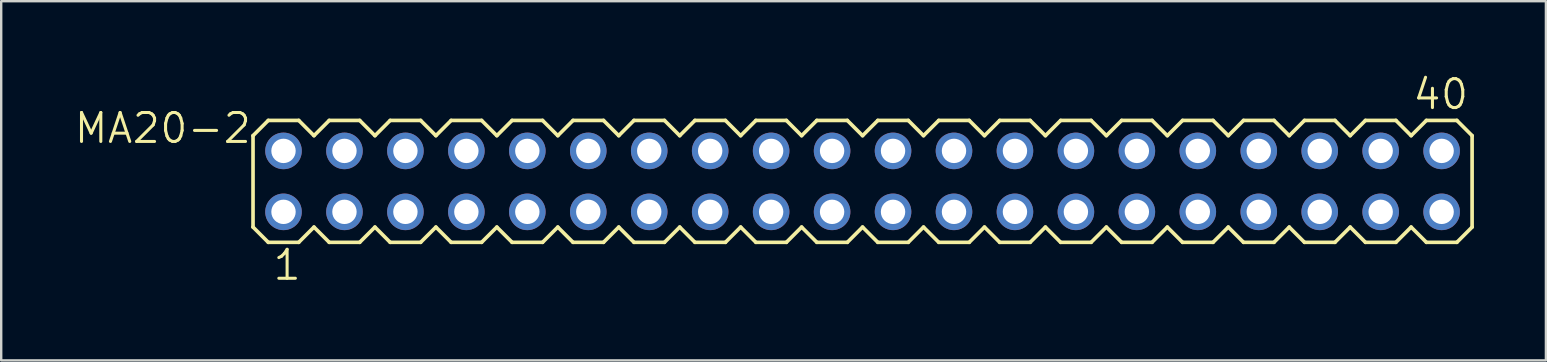
<source format=kicad_pcb>
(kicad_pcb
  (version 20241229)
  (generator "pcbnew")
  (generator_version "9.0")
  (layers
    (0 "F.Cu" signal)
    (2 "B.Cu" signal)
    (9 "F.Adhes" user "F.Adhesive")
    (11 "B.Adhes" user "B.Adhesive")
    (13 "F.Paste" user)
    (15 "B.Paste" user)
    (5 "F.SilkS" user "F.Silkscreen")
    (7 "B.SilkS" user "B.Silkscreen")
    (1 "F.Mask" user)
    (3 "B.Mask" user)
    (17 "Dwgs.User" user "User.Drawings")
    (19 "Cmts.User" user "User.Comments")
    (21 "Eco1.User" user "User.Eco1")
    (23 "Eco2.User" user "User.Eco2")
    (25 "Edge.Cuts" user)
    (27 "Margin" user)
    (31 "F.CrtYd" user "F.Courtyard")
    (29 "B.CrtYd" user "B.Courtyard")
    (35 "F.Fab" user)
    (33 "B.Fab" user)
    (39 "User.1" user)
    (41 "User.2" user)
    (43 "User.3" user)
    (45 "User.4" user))
  (footprint "MA20-2"
    (layer "F.Cu")
    (at 32.894 4.508)
    (property "Reference" "MA20-2" (at -25.4 -2.921 0) (layer "F.SilkS") (effects (font (size 1.206 1.206) (thickness 0.127)) (justify right top)))
    (attr through_hole)
    (fp_line (start -25.4 -1.905) (end -25.4 1.905) (stroke (width 0.152) (type solid)) (layer "F.SilkS"))
    (fp_line (start -25.4 1.905) (end -24.765 2.54) (stroke (width 0.152) (type solid)) (layer "F.SilkS"))
    (fp_line (start -24.765 -2.54) (end -25.4 -1.905) (stroke (width 0.152) (type solid)) (layer "F.SilkS"))
    (fp_line (start -24.765 -2.54) (end -23.495 -2.54) (stroke (width 0.152) (type solid)) (layer "F.SilkS"))
    (fp_line (start -23.495 -2.54) (end -22.86 -1.905) (stroke (width 0.152) (type solid)) (layer "F.SilkS"))
    (fp_line (start -23.495 2.54) (end -24.765 2.54) (stroke (width 0.152) (type solid)) (layer "F.SilkS"))
    (fp_line (start -22.86 -1.905) (end -22.225 -2.54) (stroke (width 0.152) (type solid)) (layer "F.SilkS"))
    (fp_line (start -22.86 1.905) (end -23.495 2.54) (stroke (width 0.152) (type solid)) (layer "F.SilkS"))
    (fp_line (start -22.225 -2.54) (end -20.955 -2.54) (stroke (width 0.152) (type solid)) (layer "F.SilkS"))
    (fp_line (start -22.225 2.54) (end -22.86 1.905) (stroke (width 0.152) (type solid)) (layer "F.SilkS"))
    (fp_line (start -20.955 -2.54) (end -20.32 -1.905) (stroke (width 0.152) (type solid)) (layer "F.SilkS"))
    (fp_line (start -20.955 2.54) (end -22.225 2.54) (stroke (width 0.152) (type solid)) (layer "F.SilkS"))
    (fp_line (start -20.32 -1.905) (end -19.685 -2.54) (stroke (width 0.152) (type solid)) (layer "F.SilkS"))
    (fp_line (start -20.32 1.905) (end -20.955 2.54) (stroke (width 0.152) (type solid)) (layer "F.SilkS"))
    (fp_line (start -19.685 -2.54) (end -18.415 -2.54) (stroke (width 0.152) (type solid)) (layer "F.SilkS"))
    (fp_line (start -19.685 2.54) (end -20.32 1.905) (stroke (width 0.152) (type solid)) (layer "F.SilkS"))
    (fp_line (start -18.415 -2.54) (end -17.78 -1.905) (stroke (width 0.152) (type solid)) (layer "F.SilkS"))
    (fp_line (start -18.415 2.54) (end -19.685 2.54) (stroke (width 0.152) (type solid)) (layer "F.SilkS"))
    (fp_line (start -17.78 1.905) (end -18.415 2.54) (stroke (width 0.152) (type solid)) (layer "F.SilkS"))
    (fp_line (start -17.78 1.905) (end -17.145 2.54) (stroke (width 0.152) (type solid)) (layer "F.SilkS"))
    (fp_line (start -17.145 -2.54) (end -17.78 -1.905) (stroke (width 0.152) (type solid)) (layer "F.SilkS"))
    (fp_line (start -17.145 -2.54) (end -15.875 -2.54) (stroke (width 0.152) (type solid)) (layer "F.SilkS"))
    (fp_line (start -15.875 -2.54) (end -15.24 -1.905) (stroke (width 0.152) (type solid)) (layer "F.SilkS"))
    (fp_line (start -15.875 2.54) (end -17.145 2.54) (stroke (width 0.152) (type solid)) (layer "F.SilkS"))
    (fp_line (start -15.24 -1.905) (end -14.605 -2.54) (stroke (width 0.152) (type solid)) (layer "F.SilkS"))
    (fp_line (start -15.24 1.905) (end -15.875 2.54) (stroke (width 0.152) (type solid)) (layer "F.SilkS"))
    (fp_line (start -14.605 -2.54) (end -13.335 -2.54) (stroke (width 0.152) (type solid)) (layer "F.SilkS"))
    (fp_line (start -14.605 2.54) (end -15.24 1.905) (stroke (width 0.152) (type solid)) (layer "F.SilkS"))
    (fp_line (start -13.335 -2.54) (end -12.7 -1.905) (stroke (width 0.152) (type solid)) (layer "F.SilkS"))
    (fp_line (start -13.335 2.54) (end -14.605 2.54) (stroke (width 0.152) (type solid)) (layer "F.SilkS"))
    (fp_line (start -12.7 -1.905) (end -12.065 -2.54) (stroke (width 0.152) (type solid)) (layer "F.SilkS"))
    (fp_line (start -12.7 1.905) (end -13.335 2.54) (stroke (width 0.152) (type solid)) (layer "F.SilkS"))
    (fp_line (start -12.065 -2.54) (end -10.795 -2.54) (stroke (width 0.152) (type solid)) (layer "F.SilkS"))
    (fp_line (start -12.065 2.54) (end -12.7 1.905) (stroke (width 0.152) (type solid)) (layer "F.SilkS"))
    (fp_line (start -10.795 -2.54) (end -10.16 -1.905) (stroke (width 0.152) (type solid)) (layer "F.SilkS"))
    (fp_line (start -10.795 2.54) (end -12.065 2.54) (stroke (width 0.152) (type solid)) (layer "F.SilkS"))
    (fp_line (start -10.16 -1.905) (end -9.525 -2.54) (stroke (width 0.152) (type solid)) (layer "F.SilkS"))
    (fp_line (start -10.16 1.905) (end -10.795 2.54) (stroke (width 0.152) (type solid)) (layer "F.SilkS"))
    (fp_line (start -9.525 -2.54) (end -8.255 -2.54) (stroke (width 0.152) (type solid)) (layer "F.SilkS"))
    (fp_line (start -9.525 2.54) (end -10.16 1.905) (stroke (width 0.152) (type solid)) (layer "F.SilkS"))
    (fp_line (start -8.255 -2.54) (end -7.62 -1.905) (stroke (width 0.152) (type solid)) (layer "F.SilkS"))
    (fp_line (start -8.255 2.54) (end -9.525 2.54) (stroke (width 0.152) (type solid)) (layer "F.SilkS"))
    (fp_line (start -7.62 1.905) (end -8.255 2.54) (stroke (width 0.152) (type solid)) (layer "F.SilkS"))
    (fp_line (start -7.62 1.905) (end -6.985 2.54) (stroke (width 0.152) (type solid)) (layer "F.SilkS"))
    (fp_line (start -6.985 -2.54) (end -7.62 -1.905) (stroke (width 0.152) (type solid)) (layer "F.SilkS"))
    (fp_line (start -6.985 -2.54) (end -5.715 -2.54) (stroke (width 0.152) (type solid)) (layer "F.SilkS"))
    (fp_line (start -5.715 -2.54) (end -5.08 -1.905) (stroke (width 0.152) (type solid)) (layer "F.SilkS"))
    (fp_line (start -5.715 2.54) (end -6.985 2.54) (stroke (width 0.152) (type solid)) (layer "F.SilkS"))
    (fp_line (start -5.08 -1.905) (end -4.445 -2.54) (stroke (width 0.152) (type solid)) (layer "F.SilkS"))
    (fp_line (start -5.08 1.905) (end -5.715 2.54) (stroke (width 0.152) (type solid)) (layer "F.SilkS"))
    (fp_line (start -4.445 -2.54) (end -3.175 -2.54) (stroke (width 0.152) (type solid)) (layer "F.SilkS"))
    (fp_line (start -4.445 2.54) (end -5.08 1.905) (stroke (width 0.152) (type solid)) (layer "F.SilkS"))
    (fp_line (start -3.175 -2.54) (end -2.54 -1.905) (stroke (width 0.152) (type solid)) (layer "F.SilkS"))
    (fp_line (start -3.175 2.54) (end -4.445 2.54) (stroke (width 0.152) (type solid)) (layer "F.SilkS"))
    (fp_line (start -2.54 -1.905) (end -1.905 -2.54) (stroke (width 0.152) (type solid)) (layer "F.SilkS"))
    (fp_line (start -2.54 1.905) (end -3.175 2.54) (stroke (width 0.152) (type solid)) (layer "F.SilkS"))
    (fp_line (start -1.905 -2.54) (end -0.635 -2.54) (stroke (width 0.152) (type solid)) (layer "F.SilkS"))
    (fp_line (start -1.905 2.54) (end -2.54 1.905) (stroke (width 0.152) (type solid)) (layer "F.SilkS"))
    (fp_line (start -0.635 -2.54) (end 0 -1.905) (stroke (width 0.152) (type solid)) (layer "F.SilkS"))
    (fp_line (start -0.635 2.54) (end -1.905 2.54) (stroke (width 0.152) (type solid)) (layer "F.SilkS"))
    (fp_line (start 0 1.905) (end -0.635 2.54) (stroke (width 0.152) (type solid)) (layer "F.SilkS"))
    (fp_line (start 0 1.905) (end 0.635 2.54) (stroke (width 0.152) (type solid)) (layer "F.SilkS"))
    (fp_line (start 0.635 -2.54) (end 0 -1.905) (stroke (width 0.152) (type solid)) (layer "F.SilkS"))
    (fp_line (start 0.635 -2.54) (end 1.905 -2.54) (stroke (width 0.152) (type solid)) (layer "F.SilkS"))
    (fp_line (start 1.905 -2.54) (end 2.54 -1.905) (stroke (width 0.152) (type solid)) (layer "F.SilkS"))
    (fp_line (start 1.905 2.54) (end 0.635 2.54) (stroke (width 0.152) (type solid)) (layer "F.SilkS"))
    (fp_line (start 2.54 -1.905) (end 3.175 -2.54) (stroke (width 0.152) (type solid)) (layer "F.SilkS"))
    (fp_line (start 2.54 1.905) (end 1.905 2.54) (stroke (width 0.152) (type solid)) (layer "F.SilkS"))
    (fp_line (start 3.175 -2.54) (end 4.445 -2.54) (stroke (width 0.152) (type solid)) (layer "F.SilkS"))
    (fp_line (start 3.175 2.54) (end 2.54 1.905) (stroke (width 0.152) (type solid)) (layer "F.SilkS"))
    (fp_line (start 4.445 -2.54) (end 5.08 -1.905) (stroke (width 0.152) (type solid)) (layer "F.SilkS"))
    (fp_line (start 4.445 2.54) (end 3.175 2.54) (stroke (width 0.152) (type solid)) (layer "F.SilkS"))
    (fp_line (start 5.08 -1.905) (end 5.715 -2.54) (stroke (width 0.152) (type solid)) (layer "F.SilkS"))
    (fp_line (start 5.08 1.905) (end 4.445 2.54) (stroke (width 0.152) (type solid)) (layer "F.SilkS"))
    (fp_line (start 5.715 -2.54) (end 6.985 -2.54) (stroke (width 0.152) (type solid)) (layer "F.SilkS"))
    (fp_line (start 5.715 2.54) (end 5.08 1.905) (stroke (width 0.152) (type solid)) (layer "F.SilkS"))
    (fp_line (start 6.985 -2.54) (end 7.62 -1.905) (stroke (width 0.152) (type solid)) (layer "F.SilkS"))
    (fp_line (start 6.985 2.54) (end 5.715 2.54) (stroke (width 0.152) (type solid)) (layer "F.SilkS"))
    (fp_line (start 7.62 -1.905) (end 8.255 -2.54) (stroke (width 0.152) (type solid)) (layer "F.SilkS"))
    (fp_line (start 7.62 1.905) (end 6.985 2.54) (stroke (width 0.152) (type solid)) (layer "F.SilkS"))
    (fp_line (start 8.255 -2.54) (end 9.525 -2.54) (stroke (width 0.152) (type solid)) (layer "F.SilkS"))
    (fp_line (start 8.255 2.54) (end 7.62 1.905) (stroke (width 0.152) (type solid)) (layer "F.SilkS"))
    (fp_line (start 9.525 -2.54) (end 10.16 -1.905) (stroke (width 0.152) (type solid)) (layer "F.SilkS"))
    (fp_line (start 9.525 2.54) (end 8.255 2.54) (stroke (width 0.152) (type solid)) (layer "F.SilkS"))
    (fp_line (start 10.16 1.905) (end 9.525 2.54) (stroke (width 0.152) (type solid)) (layer "F.SilkS"))
    (fp_line (start 10.16 1.905) (end 10.795 2.54) (stroke (width 0.152) (type solid)) (layer "F.SilkS"))
    (fp_line (start 10.795 -2.54) (end 10.16 -1.905) (stroke (width 0.152) (type solid)) (layer "F.SilkS"))
    (fp_line (start 10.795 -2.54) (end 12.065 -2.54) (stroke (width 0.152) (type solid)) (layer "F.SilkS"))
    (fp_line (start 12.065 -2.54) (end 12.7 -1.905) (stroke (width 0.152) (type solid)) (layer "F.SilkS"))
    (fp_line (start 12.065 2.54) (end 10.795 2.54) (stroke (width 0.152) (type solid)) (layer "F.SilkS"))
    (fp_line (start 12.7 -1.905) (end 13.335 -2.54) (stroke (width 0.152) (type solid)) (layer "F.SilkS"))
    (fp_line (start 12.7 1.905) (end 12.065 2.54) (stroke (width 0.152) (type solid)) (layer "F.SilkS"))
    (fp_line (start 13.335 -2.54) (end 14.605 -2.54) (stroke (width 0.152) (type solid)) (layer "F.SilkS"))
    (fp_line (start 13.335 2.54) (end 12.7 1.905) (stroke (width 0.152) (type solid)) (layer "F.SilkS"))
    (fp_line (start 14.605 -2.54) (end 15.24 -1.905) (stroke (width 0.152) (type solid)) (layer "F.SilkS"))
    (fp_line (start 14.605 2.54) (end 13.335 2.54) (stroke (width 0.152) (type solid)) (layer "F.SilkS"))
    (fp_line (start 15.24 -1.905) (end 15.875 -2.54) (stroke (width 0.152) (type solid)) (layer "F.SilkS"))
    (fp_line (start 15.24 1.905) (end 14.605 2.54) (stroke (width 0.152) (type solid)) (layer "F.SilkS"))
    (fp_line (start 15.875 -2.54) (end 17.145 -2.54) (stroke (width 0.152) (type solid)) (layer "F.SilkS"))
    (fp_line (start 15.875 2.54) (end 15.24 1.905) (stroke (width 0.152) (type solid)) (layer "F.SilkS"))
    (fp_line (start 17.145 -2.54) (end 17.78 -1.905) (stroke (width 0.152) (type solid)) (layer "F.SilkS"))
    (fp_line (start 17.145 2.54) (end 15.875 2.54) (stroke (width 0.152) (type solid)) (layer "F.SilkS"))
    (fp_line (start 17.78 1.905) (end 17.145 2.54) (stroke (width 0.152) (type solid)) (layer "F.SilkS"))
    (fp_line (start 17.78 1.905) (end 18.415 2.54) (stroke (width 0.152) (type solid)) (layer "F.SilkS"))
    (fp_line (start 18.415 -2.54) (end 17.78 -1.905) (stroke (width 0.152) (type solid)) (layer "F.SilkS"))
    (fp_line (start 18.415 -2.54) (end 19.685 -2.54) (stroke (width 0.152) (type solid)) (layer "F.SilkS"))
    (fp_line (start 19.685 -2.54) (end 20.32 -1.905) (stroke (width 0.152) (type solid)) (layer "F.SilkS"))
    (fp_line (start 19.685 2.54) (end 18.415 2.54) (stroke (width 0.152) (type solid)) (layer "F.SilkS"))
    (fp_line (start 20.32 -1.905) (end 20.955 -2.54) (stroke (width 0.152) (type solid)) (layer "F.SilkS"))
    (fp_line (start 20.32 1.905) (end 19.685 2.54) (stroke (width 0.152) (type solid)) (layer "F.SilkS"))
    (fp_line (start 20.955 -2.54) (end 22.225 -2.54) (stroke (width 0.152) (type solid)) (layer "F.SilkS"))
    (fp_line (start 20.955 2.54) (end 20.32 1.905) (stroke (width 0.152) (type solid)) (layer "F.SilkS"))
    (fp_line (start 22.225 -2.54) (end 22.86 -1.905) (stroke (width 0.152) (type solid)) (layer "F.SilkS"))
    (fp_line (start 22.225 2.54) (end 20.955 2.54) (stroke (width 0.152) (type solid)) (layer "F.SilkS"))
    (fp_line (start 22.86 -1.905) (end 23.495 -2.54) (stroke (width 0.152) (type solid)) (layer "F.SilkS"))
    (fp_line (start 22.86 1.905) (end 22.225 2.54) (stroke (width 0.152) (type solid)) (layer "F.SilkS"))
    (fp_line (start 23.495 -2.54) (end 24.765 -2.54) (stroke (width 0.152) (type solid)) (layer "F.SilkS"))
    (fp_line (start 23.495 2.54) (end 22.86 1.905) (stroke (width 0.152) (type solid)) (layer "F.SilkS"))
    (fp_line (start 24.765 -2.54) (end 25.4 -1.905) (stroke (width 0.152) (type solid)) (layer "F.SilkS"))
    (fp_line (start 24.765 2.54) (end 23.495 2.54) (stroke (width 0.152) (type solid)) (layer "F.SilkS"))
    (fp_line (start 25.4 -1.905) (end 25.4 1.905) (stroke (width 0.152) (type solid)) (layer "F.SilkS"))
    (fp_line (start 25.4 1.905) (end 24.765 2.54) (stroke (width 0.152) (type solid)) (layer "F.SilkS"))
    (fp_poly (pts (xy -24.384 -1.016) (xy -23.876 -1.016) (xy -23.876 -1.524) (xy -24.384 -1.524)) (stroke (width 0.1) (type solid)) (fill no) (layer "F.Fab"))
    (fp_poly (pts (xy -24.384 1.524) (xy -23.876 1.524) (xy -23.876 1.016) (xy -24.384 1.016)) (stroke (width 0.1) (type solid)) (fill no) (layer "F.Fab"))
    (fp_poly (pts (xy -21.844 -1.016) (xy -21.336 -1.016) (xy -21.336 -1.524) (xy -21.844 -1.524)) (stroke (width 0.1) (type solid)) (fill no) (layer "F.Fab"))
    (fp_poly (pts (xy -21.844 1.524) (xy -21.336 1.524) (xy -21.336 1.016) (xy -21.844 1.016)) (stroke (width 0.1) (type solid)) (fill no) (layer "F.Fab"))
    (fp_poly (pts (xy -19.304 -1.016) (xy -18.796 -1.016) (xy -18.796 -1.524) (xy -19.304 -1.524)) (stroke (width 0.1) (type solid)) (fill no) (layer "F.Fab"))
    (fp_poly (pts (xy -19.304 1.524) (xy -18.796 1.524) (xy -18.796 1.016) (xy -19.304 1.016)) (stroke (width 0.1) (type solid)) (fill no) (layer "F.Fab"))
    (fp_poly (pts (xy -16.764 -1.016) (xy -16.256 -1.016) (xy -16.256 -1.524) (xy -16.764 -1.524)) (stroke (width 0.1) (type solid)) (fill no) (layer "F.Fab"))
    (fp_poly (pts (xy -16.764 1.524) (xy -16.256 1.524) (xy -16.256 1.016) (xy -16.764 1.016)) (stroke (width 0.1) (type solid)) (fill no) (layer "F.Fab"))
    (fp_poly (pts (xy -14.224 -1.016) (xy -13.716 -1.016) (xy -13.716 -1.524) (xy -14.224 -1.524)) (stroke (width 0.1) (type solid)) (fill no) (layer "F.Fab"))
    (fp_poly (pts (xy -14.224 1.524) (xy -13.716 1.524) (xy -13.716 1.016) (xy -14.224 1.016)) (stroke (width 0.1) (type solid)) (fill no) (layer "F.Fab"))
    (fp_poly (pts (xy -11.684 -1.016) (xy -11.176 -1.016) (xy -11.176 -1.524) (xy -11.684 -1.524)) (stroke (width 0.1) (type solid)) (fill no) (layer "F.Fab"))
    (fp_poly (pts (xy -11.684 1.524) (xy -11.176 1.524) (xy -11.176 1.016) (xy -11.684 1.016)) (stroke (width 0.1) (type solid)) (fill no) (layer "F.Fab"))
    (fp_poly (pts (xy -9.144 -1.016) (xy -8.636 -1.016) (xy -8.636 -1.524) (xy -9.144 -1.524)) (stroke (width 0.1) (type solid)) (fill no) (layer "F.Fab"))
    (fp_poly (pts (xy -9.144 1.524) (xy -8.636 1.524) (xy -8.636 1.016) (xy -9.144 1.016)) (stroke (width 0.1) (type solid)) (fill no) (layer "F.Fab"))
    (fp_poly (pts (xy -6.604 -1.016) (xy -6.096 -1.016) (xy -6.096 -1.524) (xy -6.604 -1.524)) (stroke (width 0.1) (type solid)) (fill no) (layer "F.Fab"))
    (fp_poly (pts (xy -6.604 1.524) (xy -6.096 1.524) (xy -6.096 1.016) (xy -6.604 1.016)) (stroke (width 0.1) (type solid)) (fill no) (layer "F.Fab"))
    (fp_poly (pts (xy -4.064 -1.016) (xy -3.556 -1.016) (xy -3.556 -1.524) (xy -4.064 -1.524)) (stroke (width 0.1) (type solid)) (fill no) (layer "F.Fab"))
    (fp_poly (pts (xy -4.064 1.524) (xy -3.556 1.524) (xy -3.556 1.016) (xy -4.064 1.016)) (stroke (width 0.1) (type solid)) (fill no) (layer "F.Fab"))
    (fp_poly (pts (xy -1.524 -1.016) (xy -1.016 -1.016) (xy -1.016 -1.524) (xy -1.524 -1.524)) (stroke (width 0.1) (type solid)) (fill no) (layer "F.Fab"))
    (fp_poly (pts (xy -1.524 1.524) (xy -1.016 1.524) (xy -1.016 1.016) (xy -1.524 1.016)) (stroke (width 0.1) (type solid)) (fill no) (layer "F.Fab"))
    (fp_poly (pts (xy 1.016 -1.016) (xy 1.524 -1.016) (xy 1.524 -1.524) (xy 1.016 -1.524)) (stroke (width 0.1) (type solid)) (fill no) (layer "F.Fab"))
    (fp_poly (pts (xy 1.016 1.524) (xy 1.524 1.524) (xy 1.524 1.016) (xy 1.016 1.016)) (stroke (width 0.1) (type solid)) (fill no) (layer "F.Fab"))
    (fp_poly (pts (xy 3.556 -1.016) (xy 4.064 -1.016) (xy 4.064 -1.524) (xy 3.556 -1.524)) (stroke (width 0.1) (type solid)) (fill no) (layer "F.Fab"))
    (fp_poly (pts (xy 3.556 1.524) (xy 4.064 1.524) (xy 4.064 1.016) (xy 3.556 1.016)) (stroke (width 0.1) (type solid)) (fill no) (layer "F.Fab"))
    (fp_poly (pts (xy 6.096 -1.016) (xy 6.604 -1.016) (xy 6.604 -1.524) (xy 6.096 -1.524)) (stroke (width 0.1) (type solid)) (fill no) (layer "F.Fab"))
    (fp_poly (pts (xy 6.096 1.524) (xy 6.604 1.524) (xy 6.604 1.016) (xy 6.096 1.016)) (stroke (width 0.1) (type solid)) (fill no) (layer "F.Fab"))
    (fp_poly (pts (xy 8.636 -1.016) (xy 9.144 -1.016) (xy 9.144 -1.524) (xy 8.636 -1.524)) (stroke (width 0.1) (type solid)) (fill no) (layer "F.Fab"))
    (fp_poly (pts (xy 8.636 1.524) (xy 9.144 1.524) (xy 9.144 1.016) (xy 8.636 1.016)) (stroke (width 0.1) (type solid)) (fill no) (layer "F.Fab"))
    (fp_poly (pts (xy 11.176 -1.016) (xy 11.684 -1.016) (xy 11.684 -1.524) (xy 11.176 -1.524)) (stroke (width 0.1) (type solid)) (fill no) (layer "F.Fab"))
    (fp_poly (pts (xy 11.176 1.524) (xy 11.684 1.524) (xy 11.684 1.016) (xy 11.176 1.016)) (stroke (width 0.1) (type solid)) (fill no) (layer "F.Fab"))
    (fp_poly (pts (xy 13.716 -1.016) (xy 14.224 -1.016) (xy 14.224 -1.524) (xy 13.716 -1.524)) (stroke (width 0.1) (type solid)) (fill no) (layer "F.Fab"))
    (fp_poly (pts (xy 13.716 1.524) (xy 14.224 1.524) (xy 14.224 1.016) (xy 13.716 1.016)) (stroke (width 0.1) (type solid)) (fill no) (layer "F.Fab"))
    (fp_poly (pts (xy 16.256 -1.016) (xy 16.764 -1.016) (xy 16.764 -1.524) (xy 16.256 -1.524)) (stroke (width 0.1) (type solid)) (fill no) (layer "F.Fab"))
    (fp_poly (pts (xy 16.256 1.524) (xy 16.764 1.524) (xy 16.764 1.016) (xy 16.256 1.016)) (stroke (width 0.1) (type solid)) (fill no) (layer "F.Fab"))
    (fp_poly (pts (xy 18.796 -1.016) (xy 19.304 -1.016) (xy 19.304 -1.524) (xy 18.796 -1.524)) (stroke (width 0.1) (type solid)) (fill no) (layer "F.Fab"))
    (fp_poly (pts (xy 18.796 1.524) (xy 19.304 1.524) (xy 19.304 1.016) (xy 18.796 1.016)) (stroke (width 0.1) (type solid)) (fill no) (layer "F.Fab"))
    (fp_poly (pts (xy 21.336 -1.016) (xy 21.844 -1.016) (xy 21.844 -1.524) (xy 21.336 -1.524)) (stroke (width 0.1) (type solid)) (fill no) (layer "F.Fab"))
    (fp_poly (pts (xy 21.336 1.524) (xy 21.844 1.524) (xy 21.844 1.016) (xy 21.336 1.016)) (stroke (width 0.1) (type solid)) (fill no) (layer "F.Fab"))
    (fp_poly (pts (xy 23.876 -1.016) (xy 24.384 -1.016) (xy 24.384 -1.524) (xy 23.876 -1.524)) (stroke (width 0.1) (type solid)) (fill no) (layer "F.Fab"))
    (fp_poly (pts (xy 23.876 1.524) (xy 24.384 1.524) (xy 24.384 1.016) (xy 23.876 1.016)) (stroke (width 0.1) (type solid)) (fill no) (layer "F.Fab"))
    (fp_text user "40" (at 22.86 -2.921 0) (layer "F.SilkS") (effects (font (size 1.206 1.206) (thickness 0.127)) (justify left bottom)))
    (fp_text user "1" (at -24.638 4.191 0) (layer "F.SilkS") (effects (font (size 1.206 1.206) (thickness 0.127)) (justify left bottom)))
    (pad "1" thru_hole circle (at -24.13 1.27) (size 1.524 1.524) (drill 1.016) (layers "*.Cu" "*.Mask"))
    (pad "2" thru_hole circle (at -24.13 -1.27) (size 1.524 1.524) (drill 1.016) (layers "*.Cu" "*.Mask"))
    (pad "3" thru_hole circle (at -21.59 1.27) (size 1.524 1.524) (drill 1.016) (layers "*.Cu" "*.Mask"))
    (pad "4" thru_hole circle (at -21.59 -1.27) (size 1.524 1.524) (drill 1.016) (layers "*.Cu" "*.Mask"))
    (pad "5" thru_hole circle (at -19.05 1.27) (size 1.524 1.524) (drill 1.016) (layers "*.Cu" "*.Mask"))
    (pad "6" thru_hole circle (at -19.05 -1.27) (size 1.524 1.524) (drill 1.016) (layers "*.Cu" "*.Mask"))
    (pad "7" thru_hole circle (at -16.51 1.27) (size 1.524 1.524) (drill 1.016) (layers "*.Cu" "*.Mask"))
    (pad "8" thru_hole circle (at -16.51 -1.27) (size 1.524 1.524) (drill 1.016) (layers "*.Cu" "*.Mask"))
    (pad "9" thru_hole circle (at -13.97 1.27) (size 1.524 1.524) (drill 1.016) (layers "*.Cu" "*.Mask"))
    (pad "10" thru_hole circle (at -13.97 -1.27) (size 1.524 1.524) (drill 1.016) (layers "*.Cu" "*.Mask"))
    (pad "11" thru_hole circle (at -11.43 1.27) (size 1.524 1.524) (drill 1.016) (layers "*.Cu" "*.Mask"))
    (pad "12" thru_hole circle (at -11.43 -1.27) (size 1.524 1.524) (drill 1.016) (layers "*.Cu" "*.Mask"))
    (pad "13" thru_hole circle (at -8.89 1.27) (size 1.524 1.524) (drill 1.016) (layers "*.Cu" "*.Mask"))
    (pad "14" thru_hole circle (at -8.89 -1.27) (size 1.524 1.524) (drill 1.016) (layers "*.Cu" "*.Mask"))
    (pad "15" thru_hole circle (at -6.35 1.27) (size 1.524 1.524) (drill 1.016) (layers "*.Cu" "*.Mask"))
    (pad "16" thru_hole circle (at -6.35 -1.27) (size 1.524 1.524) (drill 1.016) (layers "*.Cu" "*.Mask"))
    (pad "17" thru_hole circle (at -3.81 1.27) (size 1.524 1.524) (drill 1.016) (layers "*.Cu" "*.Mask"))
    (pad "18" thru_hole circle (at -3.81 -1.27) (size 1.524 1.524) (drill 1.016) (layers "*.Cu" "*.Mask"))
    (pad "19" thru_hole circle (at -1.27 1.27) (size 1.524 1.524) (drill 1.016) (layers "*.Cu" "*.Mask"))
    (pad "20" thru_hole circle (at -1.27 -1.27) (size 1.524 1.524) (drill 1.016) (layers "*.Cu" "*.Mask"))
    (pad "21" thru_hole circle (at 1.27 1.27) (size 1.524 1.524) (drill 1.016) (layers "*.Cu" "*.Mask"))
    (pad "22" thru_hole circle (at 1.27 -1.27) (size 1.524 1.524) (drill 1.016) (layers "*.Cu" "*.Mask"))
    (pad "23" thru_hole circle (at 3.81 1.27) (size 1.524 1.524) (drill 1.016) (layers "*.Cu" "*.Mask"))
    (pad "24" thru_hole circle (at 3.81 -1.27) (size 1.524 1.524) (drill 1.016) (layers "*.Cu" "*.Mask"))
    (pad "25" thru_hole circle (at 6.35 1.27) (size 1.524 1.524) (drill 1.016) (layers "*.Cu" "*.Mask"))
    (pad "26" thru_hole circle (at 6.35 -1.27) (size 1.524 1.524) (drill 1.016) (layers "*.Cu" "*.Mask"))
    (pad "27" thru_hole circle (at 8.89 1.27) (size 1.524 1.524) (drill 1.016) (layers "*.Cu" "*.Mask"))
    (pad "28" thru_hole circle (at 8.89 -1.27) (size 1.524 1.524) (drill 1.016) (layers "*.Cu" "*.Mask"))
    (pad "29" thru_hole circle (at 11.43 1.27) (size 1.524 1.524) (drill 1.016) (layers "*.Cu" "*.Mask"))
    (pad "30" thru_hole circle (at 11.43 -1.27) (size 1.524 1.524) (drill 1.016) (layers "*.Cu" "*.Mask"))
    (pad "31" thru_hole circle (at 13.97 1.27) (size 1.524 1.524) (drill 1.016) (layers "*.Cu" "*.Mask"))
    (pad "32" thru_hole circle (at 13.97 -1.27) (size 1.524 1.524) (drill 1.016) (layers "*.Cu" "*.Mask"))
    (pad "33" thru_hole circle (at 16.51 1.27) (size 1.524 1.524) (drill 1.016) (layers "*.Cu" "*.Mask"))
    (pad "34" thru_hole circle (at 16.51 -1.27) (size 1.524 1.524) (drill 1.016) (layers "*.Cu" "*.Mask"))
    (pad "35" thru_hole circle (at 19.05 1.27) (size 1.524 1.524) (drill 1.016) (layers "*.Cu" "*.Mask"))
    (pad "36" thru_hole circle (at 19.05 -1.27) (size 1.524 1.524) (drill 1.016) (layers "*.Cu" "*.Mask"))
    (pad "37" thru_hole circle (at 21.59 1.27) (size 1.524 1.524) (drill 1.016) (layers "*.Cu" "*.Mask"))
    (pad "38" thru_hole circle (at 21.59 -1.27) (size 1.524 1.524) (drill 1.016) (layers "*.Cu" "*.Mask"))
    (pad "39" thru_hole circle (at 24.13 1.27) (size 1.524 1.524) (drill 1.016) (layers "*.Cu" "*.Mask"))
    (pad "40" thru_hole circle (at 24.13 -1.27) (size 1.524 1.524) (drill 1.016) (layers "*.Cu" "*.Mask")))
  (gr_rect
    (start -3 -3)
    (end 61.37 11.969)
    (stroke (width 0.1) (type default))
    (fill no)
    (layer "Edge.Cuts")))
</source>
